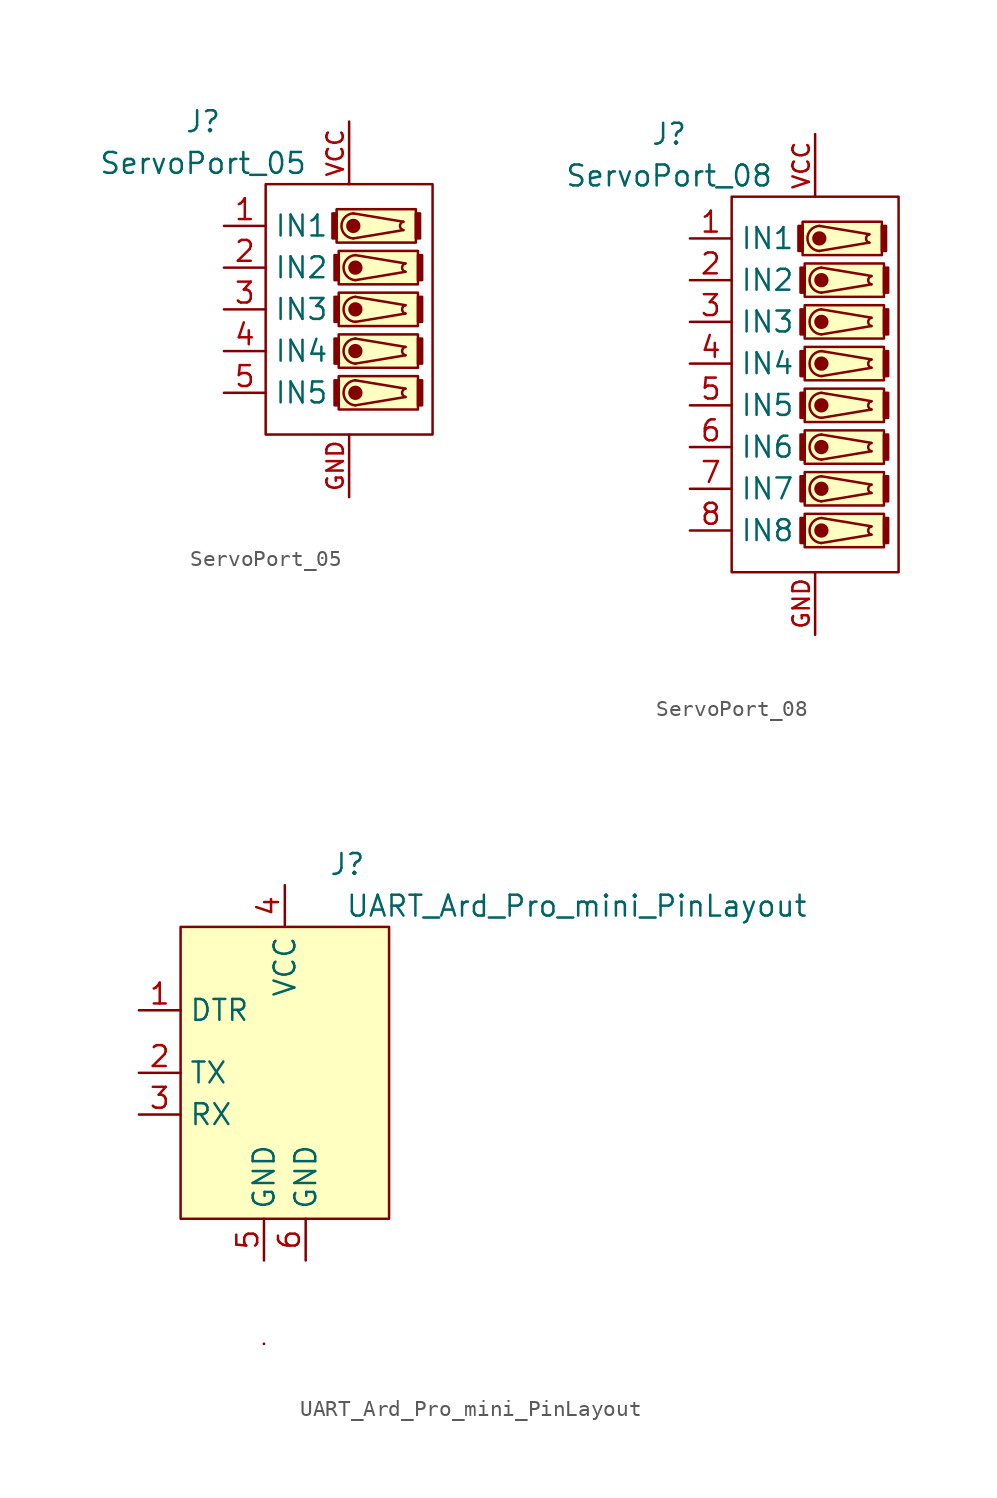
<source format=kicad_sym>
(kicad_symbol_lib
  (version 20211014)
  (generator kicad_symbol_editor)
  (symbol "ServoPort_05"
    (property "Reference" "J"
      (at -8.89 11.43 0)
      (effects (font (size 1.27 1.27))))
    (property "Value" "ServoPort_05"
      (at -8.89 8.89 0)
      (effects (font (size 1.27 1.27))))
    (symbol "ServoPort_05_0_1"
      (rectangle (start -5.08 7.62) (end 5.08 -7.62) (stroke (width 0) (type default) (color 0 0 0 0)) (fill (type none)))
      (rectangle (start -0.762 5.842) (end -1.016 4.318) (stroke (width 0) (type default) (color 0 0 0 0)) (fill (type outline)))
      (rectangle (start -0.762 6.096) (end 4.064 4.064) (stroke (width 0) (type default) (color 0 0 0 0)) (fill (type background)))
      (rectangle (start -0.635 -4.318) (end -0.889 -5.842) (stroke (width 0) (type default) (color 0 0 0 0)) (fill (type outline)))
      (rectangle (start -0.635 -4.064) (end 4.191 -6.096) (stroke (width 0) (type default) (color 0 0 0 0)) (fill (type background)))
      (rectangle (start -0.635 -1.778) (end -0.889 -3.302) (stroke (width 0) (type default) (color 0 0 0 0)) (fill (type outline)))
      (rectangle (start -0.635 -1.524) (end 4.191 -3.556) (stroke (width 0) (type default) (color 0 0 0 0)) (fill (type background)))
      (rectangle (start -0.635 0.762) (end -0.889 -0.762) (stroke (width 0) (type default) (color 0 0 0 0)) (fill (type outline)))
      (rectangle (start -0.635 1.016) (end 4.191 -1.016) (stroke (width 0) (type default) (color 0 0 0 0)) (fill (type background)))
      (rectangle (start -0.635 3.302) (end -0.889 1.778) (stroke (width 0) (type default) (color 0 0 0 0)) (fill (type outline)))
      (rectangle (start -0.635 3.556) (end 4.191 1.524) (stroke (width 0) (type default) (color 0 0 0 0)) (fill (type background)))
      (polyline (pts (xy 0.254 5.842) (xy 3.302 5.334)) (stroke (width 0) (type default) (color 0 0 0 0)) (fill (type none)))
      (polyline (pts (xy 0.381 -4.318) (xy 3.429 -4.826)) (stroke (width 0) (type default) (color 0 0 0 0)) (fill (type none)))
      (polyline (pts (xy 0.381 -1.778) (xy 3.429 -2.286)) (stroke (width 0) (type default) (color 0 0 0 0)) (fill (type none)))
      (polyline (pts (xy 0.381 0.762) (xy 3.429 0.254)) (stroke (width 0) (type default) (color 0 0 0 0)) (fill (type none)))
      (polyline (pts (xy 0.381 3.302) (xy 3.429 2.794)) (stroke (width 0) (type default) (color 0 0 0 0)) (fill (type none)))
      (polyline (pts (xy 3.302 4.826) (xy 0.254 4.318)) (stroke (width 0) (type default) (color 0 0 0 0)) (fill (type none)))
      (polyline (pts (xy 3.429 -5.334) (xy 0.381 -5.842)) (stroke (width 0) (type default) (color 0 0 0 0)) (fill (type none)))
      (polyline (pts (xy 3.429 -2.794) (xy 0.381 -3.302)) (stroke (width 0) (type default) (color 0 0 0 0)) (fill (type none)))
      (polyline (pts (xy 3.429 -0.254) (xy 0.381 -0.762)) (stroke (width 0) (type default) (color 0 0 0 0)) (fill (type none)))
      (polyline (pts (xy 3.429 2.286) (xy 0.381 1.778)) (stroke (width 0) (type default) (color 0 0 0 0)) (fill (type none)))
      (circle (center 0.254 5.08) (radius 0.359) (stroke (width 0) (type default) (color 0 0 0 0)) (fill (type outline)))
      (arc (start 0.254 5.842) (mid -0.4664 5.08) (end 0.254 4.318) (stroke (width 0) (type default) (color 0 0 0 0)) (fill (type none)))
      (circle (center 0.381 -5.08) (radius 0.359) (stroke (width 0) (type default) (color 0 0 0 0)) (fill (type outline)))
      (arc (start 0.381 -4.318) (mid -0.3394 -5.08) (end 0.381 -5.842) (stroke (width 0) (type default) (color 0 0 0 0)) (fill (type none)))
      (circle (center 0.381 -2.54) (radius 0.359) (stroke (width 0) (type default) (color 0 0 0 0)) (fill (type outline)))
      (arc (start 0.381 -1.778) (mid -0.3394 -2.54) (end 0.381 -3.302) (stroke (width 0) (type default) (color 0 0 0 0)) (fill (type none)))
      (circle (center 0.381 0) (radius 0.359) (stroke (width 0) (type default) (color 0 0 0 0)) (fill (type outline)))
      (arc (start 0.381 0.762) (mid -0.3394 0) (end 0.381 -0.762) (stroke (width 0) (type default) (color 0 0 0 0)) (fill (type none)))
      (circle (center 0.381 2.54) (radius 0.359) (stroke (width 0) (type default) (color 0 0 0 0)) (fill (type outline)))
      (arc (start 0.381 3.302) (mid -0.3394 2.54) (end 0.381 1.778) (stroke (width 0) (type default) (color 0 0 0 0)) (fill (type none)))
      (arc (start 3.302 5.334) (mid 2.9876 5.08) (end 3.302 4.826) (stroke (width 0) (type default) (color 0 0 0 0)) (fill (type none)))
      (arc (start 3.429 -4.826) (mid 3.1146 -5.08) (end 3.429 -5.334) (stroke (width 0) (type default) (color 0 0 0 0)) (fill (type none)))
      (arc (start 3.429 -2.286) (mid 3.1146 -2.54) (end 3.429 -2.794) (stroke (width 0) (type default) (color 0 0 0 0)) (fill (type none)))
      (arc (start 3.429 0.254) (mid 3.1146 0) (end 3.429 -0.254) (stroke (width 0) (type default) (color 0 0 0 0)) (fill (type none)))
      (arc (start 3.429 2.794) (mid 3.1146 2.54) (end 3.429 2.286) (stroke (width 0) (type default) (color 0 0 0 0)) (fill (type none)))
      (rectangle (start 4.064 5.842) (end 4.318 4.318) (stroke (width 0) (type default) (color 0 0 0 0)) (fill (type outline)))
      (rectangle (start 4.191 -4.318) (end 4.445 -5.842) (stroke (width 0) (type default) (color 0 0 0 0)) (fill (type outline)))
      (rectangle (start 4.191 -1.778) (end 4.445 -3.302) (stroke (width 0) (type default) (color 0 0 0 0)) (fill (type outline)))
      (rectangle (start 4.191 0.762) (end 4.445 -0.762) (stroke (width 0) (type default) (color 0 0 0 0)) (fill (type outline)))
      (rectangle (start 4.191 3.302) (end 4.445 1.778) (stroke (width 0) (type default) (color 0 0 0 0)) (fill (type outline))))
    (symbol "ServoPort_05_1_1"
      (pin input line (at -7.62 5.08 0) (length 2.54) (name "IN1" (effects (font (size 1.27 1.27)))) (number "1" (effects (font (size 1.27 1.27)))))
      (pin input line (at -7.62 2.54 0) (length 2.54) (name "IN2" (effects (font (size 1.27 1.27)))) (number "2" (effects (font (size 1.27 1.27)))))
      (pin input line (at -7.62 0 0) (length 2.54) (name "IN3" (effects (font (size 1.27 1.27)))) (number "3" (effects (font (size 1.27 1.27)))))
      (pin input line (at -7.62 -2.54 0) (length 2.54) (name "IN4" (effects (font (size 1.27 1.27)))) (number "4" (effects (font (size 1.27 1.27)))))
      (pin input line (at -7.62 -5.08 0) (length 2.54) (name "IN5" (effects (font (size 1.27 1.27)))) (number "5" (effects (font (size 1.27 1.27)))))
      (pin power_in line (at 0 -11.43 90) (length 3.81) (name "" (effects (font (size 1 1)))) (number "GND" (effects (font (size 1 1)))))
      (pin power_in line (at 0 11.43 270) (length 3.81) (name "" (effects (font (size 1 1)))) (number "VCC" (effects (font (size 1 1)))))))
  (symbol "ServoPort_08"
    (property "Reference" "J"
      (at -8.89 15.24 0)
      (effects (font (size 1.27 1.27))))
    (property "Value" "ServoPort_08"
      (at -8.89 12.7 0)
      (effects (font (size 1.27 1.27))))
    (symbol "ServoPort_08_0_1"
      (rectangle (start -5.08 11.43) (end 5.08 -11.43) (stroke (width 0) (type default) (color 0 0 0 0)) (fill (type none)))
      (rectangle (start -0.762 9.652) (end -1.016 8.128) (stroke (width 0) (type default) (color 0 0 0 0)) (fill (type outline)))
      (rectangle (start -0.762 9.906) (end 4.064 7.874) (stroke (width 0) (type default) (color 0 0 0 0)) (fill (type background)))
      (rectangle (start -0.635 -8.128) (end -0.889 -9.652) (stroke (width 0) (type default) (color 0 0 0 0)) (fill (type outline)))
      (rectangle (start -0.635 -7.874) (end 4.191 -9.906) (stroke (width 0) (type default) (color 0 0 0 0)) (fill (type background)))
      (rectangle (start -0.635 -5.588) (end -0.889 -7.112) (stroke (width 0) (type default) (color 0 0 0 0)) (fill (type outline)))
      (rectangle (start -0.635 -5.334) (end 4.191 -7.366) (stroke (width 0) (type default) (color 0 0 0 0)) (fill (type background)))
      (rectangle (start -0.635 -3.048) (end -0.889 -4.572) (stroke (width 0) (type default) (color 0 0 0 0)) (fill (type outline)))
      (rectangle (start -0.635 -2.794) (end 4.191 -4.826) (stroke (width 0) (type default) (color 0 0 0 0)) (fill (type background)))
      (rectangle (start -0.635 -0.508) (end -0.889 -2.032) (stroke (width 0) (type default) (color 0 0 0 0)) (fill (type outline)))
      (rectangle (start -0.635 -0.254) (end 4.191 -2.286) (stroke (width 0) (type default) (color 0 0 0 0)) (fill (type background)))
      (rectangle (start -0.635 2.032) (end -0.889 0.508) (stroke (width 0) (type default) (color 0 0 0 0)) (fill (type outline)))
      (rectangle (start -0.635 2.286) (end 4.191 0.254) (stroke (width 0) (type default) (color 0 0 0 0)) (fill (type background)))
      (rectangle (start -0.635 4.572) (end -0.889 3.048) (stroke (width 0) (type default) (color 0 0 0 0)) (fill (type outline)))
      (rectangle (start -0.635 4.826) (end 4.191 2.794) (stroke (width 0) (type default) (color 0 0 0 0)) (fill (type background)))
      (rectangle (start -0.635 7.112) (end -0.889 5.588) (stroke (width 0) (type default) (color 0 0 0 0)) (fill (type outline)))
      (rectangle (start -0.635 7.366) (end 4.191 5.334) (stroke (width 0) (type default) (color 0 0 0 0)) (fill (type background)))
      (polyline (pts (xy 0.254 9.652) (xy 3.302 9.144)) (stroke (width 0) (type default) (color 0 0 0 0)) (fill (type none)))
      (polyline (pts (xy 0.381 -8.128) (xy 3.429 -8.636)) (stroke (width 0) (type default) (color 0 0 0 0)) (fill (type none)))
      (polyline (pts (xy 0.381 -5.588) (xy 3.429 -6.096)) (stroke (width 0) (type default) (color 0 0 0 0)) (fill (type none)))
      (polyline (pts (xy 0.381 -3.048) (xy 3.429 -3.556)) (stroke (width 0) (type default) (color 0 0 0 0)) (fill (type none)))
      (polyline (pts (xy 0.381 -0.508) (xy 3.429 -1.016)) (stroke (width 0) (type default) (color 0 0 0 0)) (fill (type none)))
      (polyline (pts (xy 0.381 2.032) (xy 3.429 1.524)) (stroke (width 0) (type default) (color 0 0 0 0)) (fill (type none)))
      (polyline (pts (xy 0.381 4.572) (xy 3.429 4.064)) (stroke (width 0) (type default) (color 0 0 0 0)) (fill (type none)))
      (polyline (pts (xy 0.381 7.112) (xy 3.429 6.604)) (stroke (width 0) (type default) (color 0 0 0 0)) (fill (type none)))
      (polyline (pts (xy 3.302 8.636) (xy 0.254 8.128)) (stroke (width 0) (type default) (color 0 0 0 0)) (fill (type none)))
      (polyline (pts (xy 3.429 -9.144) (xy 0.381 -9.652)) (stroke (width 0) (type default) (color 0 0 0 0)) (fill (type none)))
      (polyline (pts (xy 3.429 -6.604) (xy 0.381 -7.112)) (stroke (width 0) (type default) (color 0 0 0 0)) (fill (type none)))
      (polyline (pts (xy 3.429 -4.064) (xy 0.381 -4.572)) (stroke (width 0) (type default) (color 0 0 0 0)) (fill (type none)))
      (polyline (pts (xy 3.429 -1.524) (xy 0.381 -2.032)) (stroke (width 0) (type default) (color 0 0 0 0)) (fill (type none)))
      (polyline (pts (xy 3.429 1.016) (xy 0.381 0.508)) (stroke (width 0) (type default) (color 0 0 0 0)) (fill (type none)))
      (polyline (pts (xy 3.429 3.556) (xy 0.381 3.048)) (stroke (width 0) (type default) (color 0 0 0 0)) (fill (type none)))
      (polyline (pts (xy 3.429 6.096) (xy 0.381 5.588)) (stroke (width 0) (type default) (color 0 0 0 0)) (fill (type none)))
      (circle (center 0.254 8.89) (radius 0.359) (stroke (width 0) (type default) (color 0 0 0 0)) (fill (type outline)))
      (arc (start 0.254 9.652) (mid -0.4664 8.89) (end 0.254 8.128) (stroke (width 0) (type default) (color 0 0 0 0)) (fill (type none)))
      (circle (center 0.381 -8.89) (radius 0.359) (stroke (width 0) (type default) (color 0 0 0 0)) (fill (type outline)))
      (arc (start 0.381 -8.128) (mid -0.3394 -8.89) (end 0.381 -9.652) (stroke (width 0) (type default) (color 0 0 0 0)) (fill (type none)))
      (circle (center 0.381 -6.35) (radius 0.359) (stroke (width 0) (type default) (color 0 0 0 0)) (fill (type outline)))
      (arc (start 0.381 -5.588) (mid -0.3394 -6.35) (end 0.381 -7.112) (stroke (width 0) (type default) (color 0 0 0 0)) (fill (type none)))
      (circle (center 0.381 -3.81) (radius 0.359) (stroke (width 0) (type default) (color 0 0 0 0)) (fill (type outline)))
      (arc (start 0.381 -3.048) (mid -0.3394 -3.81) (end 0.381 -4.572) (stroke (width 0) (type default) (color 0 0 0 0)) (fill (type none)))
      (circle (center 0.381 -1.27) (radius 0.359) (stroke (width 0) (type default) (color 0 0 0 0)) (fill (type outline)))
      (arc (start 0.381 -0.508) (mid -0.3394 -1.27) (end 0.381 -2.032) (stroke (width 0) (type default) (color 0 0 0 0)) (fill (type none)))
      (circle (center 0.381 1.27) (radius 0.359) (stroke (width 0) (type default) (color 0 0 0 0)) (fill (type outline)))
      (arc (start 0.381 2.032) (mid -0.3394 1.27) (end 0.381 0.508) (stroke (width 0) (type default) (color 0 0 0 0)) (fill (type none)))
      (circle (center 0.381 3.81) (radius 0.359) (stroke (width 0) (type default) (color 0 0 0 0)) (fill (type outline)))
      (arc (start 0.381 4.572) (mid -0.3394 3.81) (end 0.381 3.048) (stroke (width 0) (type default) (color 0 0 0 0)) (fill (type none)))
      (circle (center 0.381 6.35) (radius 0.359) (stroke (width 0) (type default) (color 0 0 0 0)) (fill (type outline)))
      (arc (start 0.381 7.112) (mid -0.3394 6.35) (end 0.381 5.588) (stroke (width 0) (type default) (color 0 0 0 0)) (fill (type none)))
      (arc (start 3.302 9.144) (mid 2.9876 8.89) (end 3.302 8.636) (stroke (width 0) (type default) (color 0 0 0 0)) (fill (type none)))
      (arc (start 3.429 -8.636) (mid 3.1146 -8.89) (end 3.429 -9.144) (stroke (width 0) (type default) (color 0 0 0 0)) (fill (type none)))
      (arc (start 3.429 -6.096) (mid 3.1146 -6.35) (end 3.429 -6.604) (stroke (width 0) (type default) (color 0 0 0 0)) (fill (type none)))
      (arc (start 3.429 -3.556) (mid 3.1146 -3.81) (end 3.429 -4.064) (stroke (width 0) (type default) (color 0 0 0 0)) (fill (type none)))
      (arc (start 3.429 -1.016) (mid 3.1146 -1.27) (end 3.429 -1.524) (stroke (width 0) (type default) (color 0 0 0 0)) (fill (type none)))
      (arc (start 3.429 1.524) (mid 3.1146 1.27) (end 3.429 1.016) (stroke (width 0) (type default) (color 0 0 0 0)) (fill (type none)))
      (arc (start 3.429 4.064) (mid 3.1146 3.81) (end 3.429 3.556) (stroke (width 0) (type default) (color 0 0 0 0)) (fill (type none)))
      (arc (start 3.429 6.604) (mid 3.1146 6.35) (end 3.429 6.096) (stroke (width 0) (type default) (color 0 0 0 0)) (fill (type none)))
      (rectangle (start 4.064 9.652) (end 4.318 8.128) (stroke (width 0) (type default) (color 0 0 0 0)) (fill (type outline)))
      (rectangle (start 4.191 -8.128) (end 4.445 -9.652) (stroke (width 0) (type default) (color 0 0 0 0)) (fill (type outline)))
      (rectangle (start 4.191 -5.588) (end 4.445 -7.112) (stroke (width 0) (type default) (color 0 0 0 0)) (fill (type outline)))
      (rectangle (start 4.191 -3.048) (end 4.445 -4.572) (stroke (width 0) (type default) (color 0 0 0 0)) (fill (type outline)))
      (rectangle (start 4.191 -0.508) (end 4.445 -2.032) (stroke (width 0) (type default) (color 0 0 0 0)) (fill (type outline)))
      (rectangle (start 4.191 2.032) (end 4.445 0.508) (stroke (width 0) (type default) (color 0 0 0 0)) (fill (type outline)))
      (rectangle (start 4.191 4.572) (end 4.445 3.048) (stroke (width 0) (type default) (color 0 0 0 0)) (fill (type outline)))
      (rectangle (start 4.191 7.112) (end 4.445 5.588) (stroke (width 0) (type default) (color 0 0 0 0)) (fill (type outline))))
    (symbol "ServoPort_08_1_1"
      (pin input line (at -7.62 8.89 0) (length 2.54) (name "IN1" (effects (font (size 1.27 1.27)))) (number "1" (effects (font (size 1.27 1.27)))))
      (pin input line (at -7.62 6.35 0) (length 2.54) (name "IN2" (effects (font (size 1.27 1.27)))) (number "2" (effects (font (size 1.27 1.27)))))
      (pin input line (at -7.62 3.81 0) (length 2.54) (name "IN3" (effects (font (size 1.27 1.27)))) (number "3" (effects (font (size 1.27 1.27)))))
      (pin input line (at -7.62 1.27 0) (length 2.54) (name "IN4" (effects (font (size 1.27 1.27)))) (number "4" (effects (font (size 1.27 1.27)))))
      (pin input line (at -7.62 -1.27 0) (length 2.54) (name "IN5" (effects (font (size 1.27 1.27)))) (number "5" (effects (font (size 1.27 1.27)))))
      (pin input line (at -7.62 -3.81 0) (length 2.54) (name "IN6" (effects (font (size 1.27 1.27)))) (number "6" (effects (font (size 1.27 1.27)))))
      (pin input line (at -7.62 -6.35 0) (length 2.54) (name "IN7" (effects (font (size 1.27 1.27)))) (number "7" (effects (font (size 1.27 1.27)))))
      (pin input line (at -7.62 -8.89 0) (length 2.54) (name "IN8" (effects (font (size 1.27 1.27)))) (number "8" (effects (font (size 1.27 1.27)))))
      (pin power_in line (at 0 -15.24 90) (length 3.81) (name "" (effects (font (size 1 1)))) (number "GND" (effects (font (size 1 1)))))
      (pin power_in line (at 0 15.24 270) (length 3.81) (name "" (effects (font (size 1 1)))) (number "VCC" (effects (font (size 1 1)))))))
  (symbol "UART_Ard_Pro_mini_PinLayout"
    (property "Reference" "J"
      (at 3.81 12.7 0)
      (effects (font (size 1.27 1.27))))
    (property "Value" "UART_Ard_Pro_mini_PinLayout"
      (at 17.78 10.16 0)
      (effects (font (size 1.27 1.27))))
    (symbol "UART_Ard_Pro_mini_PinLayout_0_1"
      (rectangle (start -6.35 8.89) (end 6.35 -8.89) (stroke (width 0) (type default) (color 0 0 0 0)) (fill (type background)))
      (rectangle (start -1.27 -16.51) (end -1.27 -16.51) (stroke (width 0) (type default) (color 0 0 0 0)) (fill (type none)))
      (rectangle (start -1.27 -16.51) (end -1.27 -16.51) (stroke (width 0) (type default) (color 0 0 0 0)) (fill (type none))))
    (symbol "UART_Ard_Pro_mini_PinLayout_1_1"
      (pin bidirectional line (at -8.89 3.81 0) (length 2.54) (name "DTR" (effects (font (size 1.27 1.27)))) (number "1" (effects (font (size 1.27 1.27)))))
      (pin output line (at -8.89 0 0) (length 2.54) (name "TX" (effects (font (size 1.27 1.27)))) (number "2" (effects (font (size 1.27 1.27)))))
      (pin input line (at -8.89 -2.54 0) (length 2.54) (name "RX" (effects (font (size 1.27 1.27)))) (number "3" (effects (font (size 1.27 1.27)))))
      (pin power_in line (at 0 11.43 270) (length 2.54) (name "VCC" (effects (font (size 1.27 1.27)))) (number "4" (effects (font (size 1.27 1.27)))))
      (pin power_in line (at -1.27 -11.43 90) (length 2.54) (name "GND" (effects (font (size 1.27 1.27)))) (number "5" (effects (font (size 1.27 1.27)))))
      (pin power_in line (at 1.27 -11.43 90) (length 2.54) (name "GND" (effects (font (size 1.27 1.27)))) (number "6" (effects (font (size 1.27 1.27))))))))
</source>
